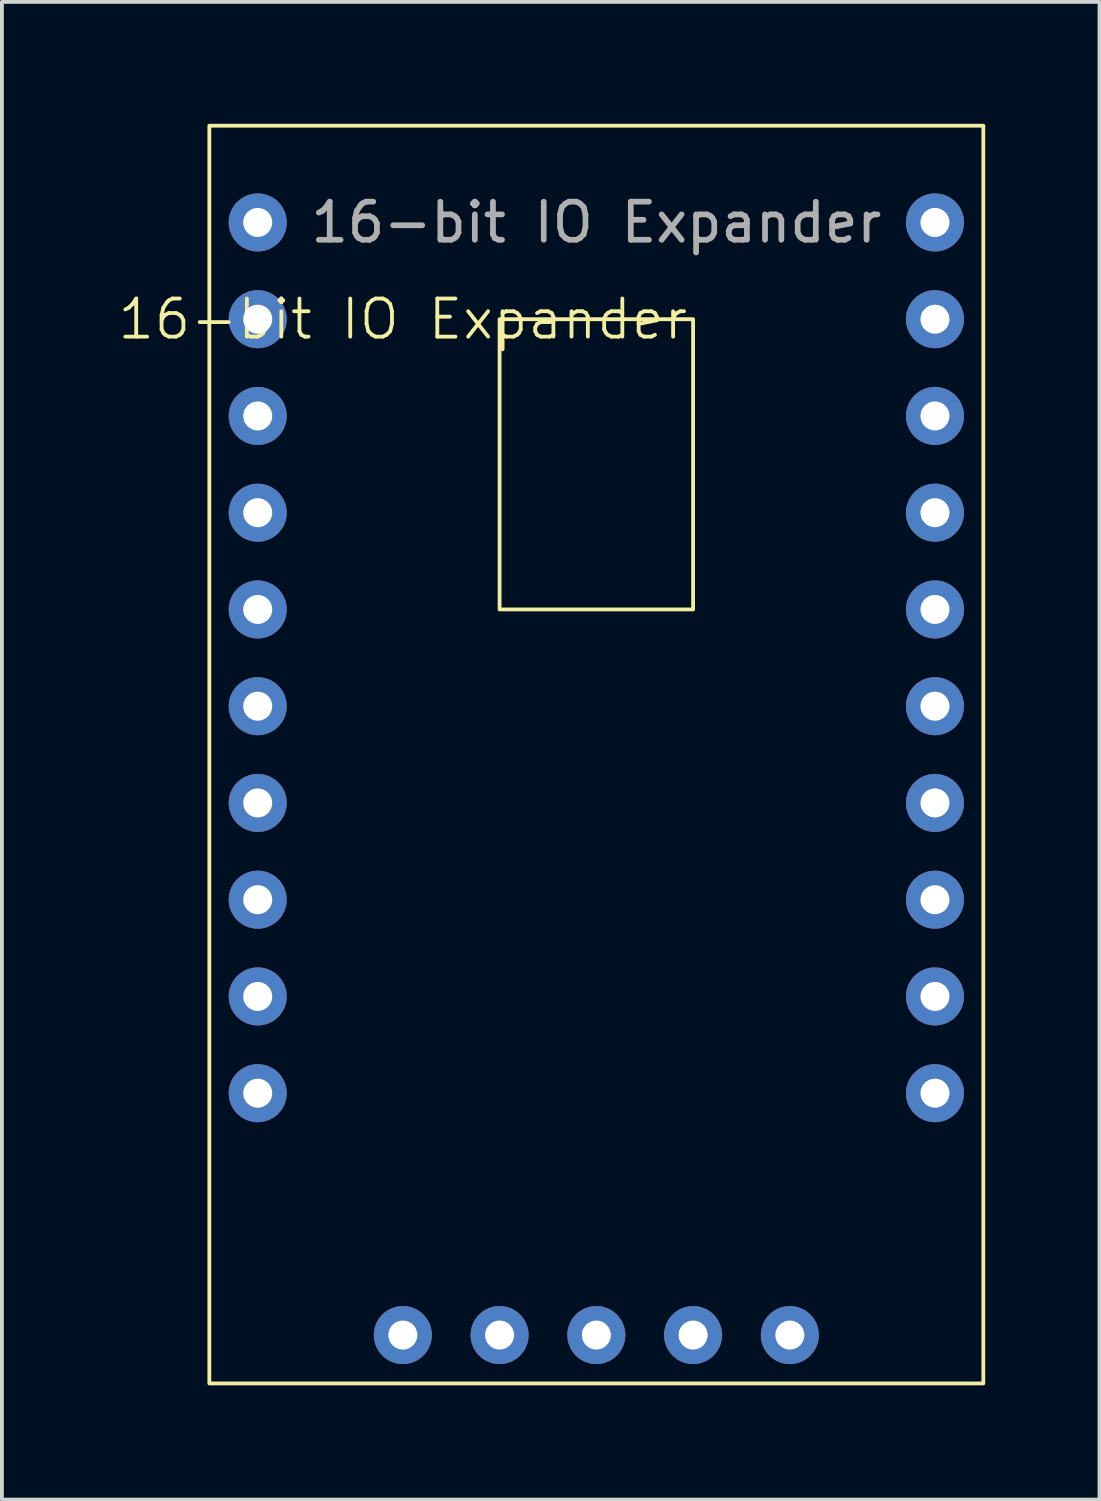
<source format=kicad_pcb>
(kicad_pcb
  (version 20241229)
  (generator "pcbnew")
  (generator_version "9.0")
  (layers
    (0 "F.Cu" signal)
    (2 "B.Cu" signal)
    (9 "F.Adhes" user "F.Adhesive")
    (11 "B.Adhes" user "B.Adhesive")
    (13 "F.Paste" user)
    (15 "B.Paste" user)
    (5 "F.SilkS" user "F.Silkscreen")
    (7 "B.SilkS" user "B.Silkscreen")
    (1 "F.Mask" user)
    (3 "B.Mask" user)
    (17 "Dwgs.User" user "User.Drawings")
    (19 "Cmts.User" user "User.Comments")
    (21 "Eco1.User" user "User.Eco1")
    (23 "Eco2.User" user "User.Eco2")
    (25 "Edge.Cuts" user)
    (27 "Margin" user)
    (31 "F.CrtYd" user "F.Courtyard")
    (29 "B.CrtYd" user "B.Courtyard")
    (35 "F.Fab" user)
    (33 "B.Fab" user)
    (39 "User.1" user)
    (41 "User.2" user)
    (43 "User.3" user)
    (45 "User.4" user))
  (footprint "16-bit IO Expander"
    (layer "F.Cu")
    (at 1.176 0.25)
    (property "Reference" "16-bit IO Expander" (at 6.35 5.08 0) (unlocked yes) (layer "F.SilkS") (effects (font (size 1 1) (thickness 0.1))))
    (attr through_hole)
    (fp_rect (start 1.27 0) (end 21.59 33.02) (stroke (width 0.1) (type default)) (fill no) (layer "F.SilkS"))
    (fp_rect (start 8.89 5.08) (end 13.97 12.7) (stroke (width 0.1) (type default)) (fill no) (layer "F.SilkS"))
    (fp_text user "${REFERENCE}" (at 11.43 2.54 0) (unlocked yes) (layer "F.Fab") (effects (font (size 1 1) (thickness 0.15))))
    (pad "1" thru_hole circle (at 2.54 2.54) (size 1.524 1.524) (drill 0.762) (layers "*.Cu" "*.Mask"))
    (pad "2" thru_hole circle (at 2.54 5.08) (size 1.524 1.524) (drill 0.762) (layers "*.Cu" "*.Mask"))
    (pad "3" thru_hole circle (at 2.54 7.62) (size 1.524 1.524) (drill 0.762) (layers "*.Cu" "*.Mask"))
    (pad "4" thru_hole circle (at 2.54 10.16) (size 1.524 1.524) (drill 0.762) (layers "*.Cu" "*.Mask"))
    (pad "5" thru_hole circle (at 2.54 12.7) (size 1.524 1.524) (drill 0.762) (layers "*.Cu" "*.Mask"))
    (pad "6" thru_hole circle (at 2.54 15.24) (size 1.524 1.524) (drill 0.762) (layers "*.Cu" "*.Mask"))
    (pad "7" thru_hole circle (at 2.54 17.78) (size 1.524 1.524) (drill 0.762) (layers "*.Cu" "*.Mask"))
    (pad "8" thru_hole circle (at 2.54 20.32) (size 1.524 1.524) (drill 0.762) (layers "*.Cu" "*.Mask"))
    (pad "9" thru_hole circle (at 2.54 22.86) (size 1.524 1.524) (drill 0.762) (layers "*.Cu" "*.Mask"))
    (pad "10" thru_hole circle (at 2.54 25.4) (size 1.524 1.524) (drill 0.762) (layers "*.Cu" "*.Mask"))
    (pad "11" thru_hole circle (at 20.32 25.4) (size 1.524 1.524) (drill 0.762) (layers "*.Cu" "*.Mask"))
    (pad "12" thru_hole circle (at 20.32 22.86) (size 1.524 1.524) (drill 0.762) (layers "*.Cu" "*.Mask"))
    (pad "13" thru_hole circle (at 20.32 20.32) (size 1.524 1.524) (drill 0.762) (layers "*.Cu" "*.Mask"))
    (pad "14" thru_hole circle (at 20.32 17.78) (size 1.524 1.524) (drill 0.762) (layers "*.Cu" "*.Mask"))
    (pad "15" thru_hole circle (at 20.32 15.24) (size 1.524 1.524) (drill 0.762) (layers "*.Cu" "*.Mask"))
    (pad "16" thru_hole circle (at 20.32 12.7) (size 1.524 1.524) (drill 0.762) (layers "*.Cu" "*.Mask"))
    (pad "17" thru_hole circle (at 20.32 10.16) (size 1.524 1.524) (drill 0.762) (layers "*.Cu" "*.Mask"))
    (pad "18" thru_hole circle (at 20.32 7.62) (size 1.524 1.524) (drill 0.762) (layers "*.Cu" "*.Mask"))
    (pad "19" thru_hole circle (at 20.32 5.08) (size 1.524 1.524) (drill 0.762) (layers "*.Cu" "*.Mask"))
    (pad "20" thru_hole circle (at 20.32 2.54) (size 1.524 1.524) (drill 0.762) (layers "*.Cu" "*.Mask"))
    (pad "C1" thru_hole circle (at 6.35 31.75) (size 1.524 1.524) (drill 0.762) (layers "*.Cu" "*.Mask"))
    (pad "C2" thru_hole circle (at 8.89 31.75) (size 1.524 1.524) (drill 0.762) (layers "*.Cu" "*.Mask"))
    (pad "C3" thru_hole circle (at 11.43 31.75) (size 1.524 1.524) (drill 0.762) (layers "*.Cu" "*.Mask"))
    (pad "C4" thru_hole circle (at 13.97 31.75) (size 1.524 1.524) (drill 0.762) (layers "*.Cu" "*.Mask"))
    (pad "C5" thru_hole circle (at 16.51 31.75) (size 1.524 1.524) (drill 0.762) (layers "*.Cu" "*.Mask")))
  (gr_rect
    (start -3 -3)
    (end 25.816 36.32)
    (stroke (width 0.1) (type default))
    (fill no)
    (layer "Edge.Cuts")))
</source>
